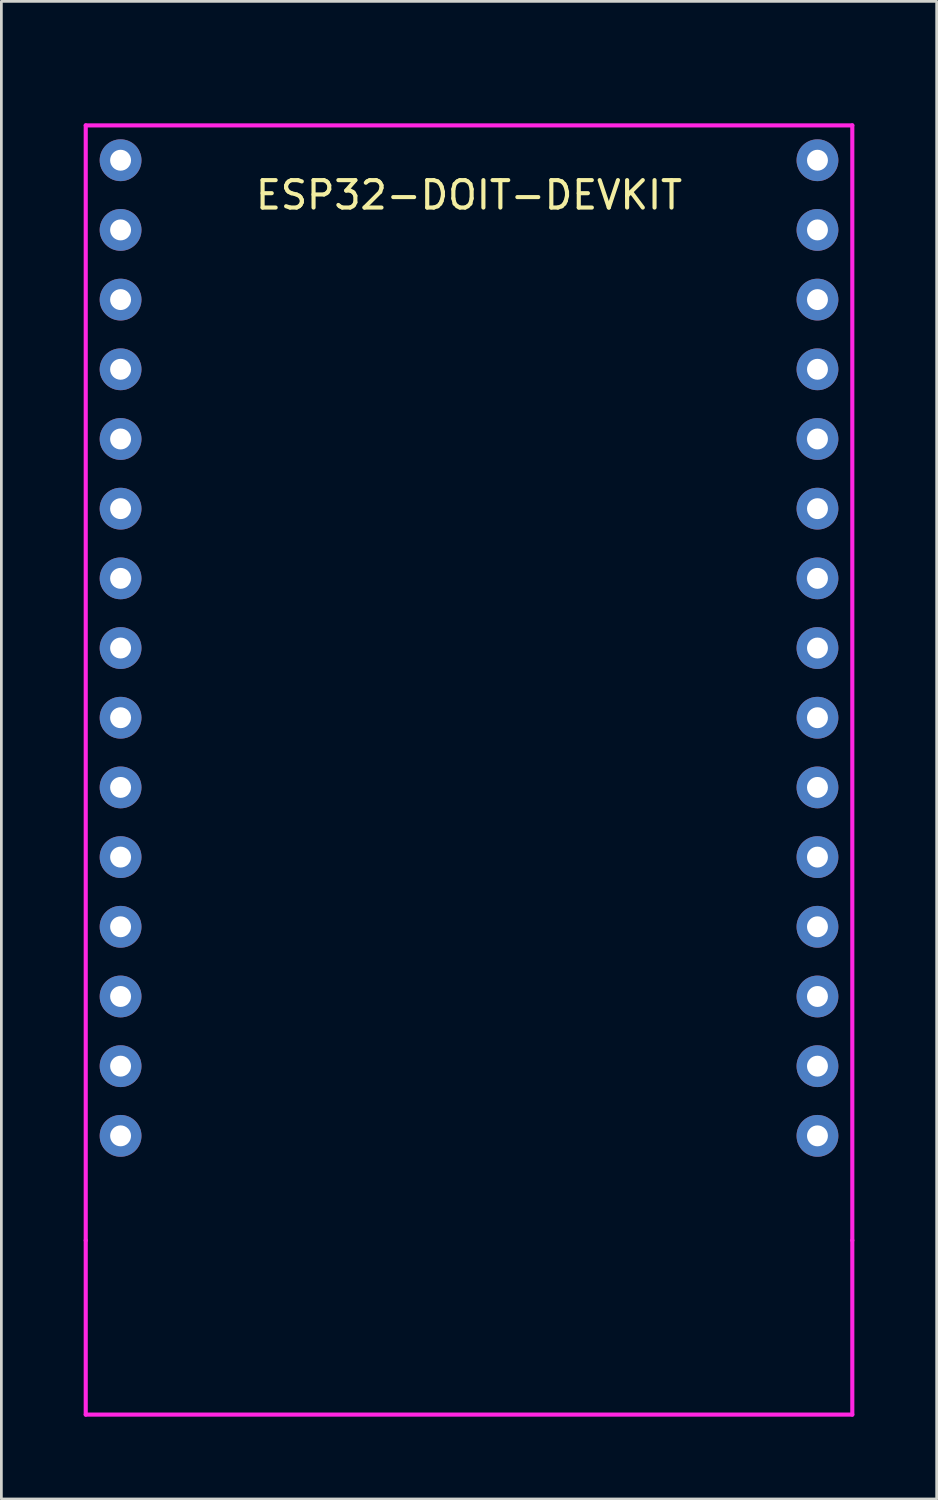
<source format=kicad_pcb>
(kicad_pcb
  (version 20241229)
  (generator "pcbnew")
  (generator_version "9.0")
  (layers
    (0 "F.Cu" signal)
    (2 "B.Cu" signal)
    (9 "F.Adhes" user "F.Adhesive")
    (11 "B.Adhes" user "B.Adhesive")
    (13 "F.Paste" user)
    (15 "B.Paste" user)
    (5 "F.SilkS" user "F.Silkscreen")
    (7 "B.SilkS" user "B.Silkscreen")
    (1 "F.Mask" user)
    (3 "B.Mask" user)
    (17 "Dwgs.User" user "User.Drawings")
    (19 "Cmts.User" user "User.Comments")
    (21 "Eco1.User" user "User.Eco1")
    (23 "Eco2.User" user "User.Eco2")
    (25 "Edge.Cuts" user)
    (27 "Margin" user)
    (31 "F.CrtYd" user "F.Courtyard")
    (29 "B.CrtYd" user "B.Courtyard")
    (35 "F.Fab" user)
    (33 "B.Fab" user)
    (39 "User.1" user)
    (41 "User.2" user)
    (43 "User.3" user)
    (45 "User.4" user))
  (footprint "ESP32-DOIT-DEVKIT"
    (layer "F.Cu")
    (at 14.045 0.25)
    (property "Reference" "ESP32-DOIT-DEVKIT" (at 0 3.81 0) (layer "F.SilkS") (effects (font (size 1 1) (thickness 0.15))))
    (attr through_hole)
    (fp_line (start -13.97 1.27) (end 13.97 1.27) (stroke (width 0.15) (type solid)) (layer "F.CrtYd"))
    (fp_line (start -13.97 41.91) (end -13.97 1.27) (stroke (width 0.15) (type solid)) (layer "F.CrtYd"))
    (fp_line (start -13.97 41.91) (end -13.97 48.26) (stroke (width 0.15) (type solid)) (layer "F.CrtYd"))
    (fp_line (start -13.97 48.26) (end 13.97 48.26) (stroke (width 0.15) (type solid)) (layer "F.CrtYd"))
    (fp_line (start 13.97 1.27) (end 13.97 41.91) (stroke (width 0.15) (type solid)) (layer "F.CrtYd"))
    (fp_line (start 13.97 48.26) (end 13.97 41.91) (stroke (width 0.15) (type solid)) (layer "F.CrtYd"))
    (pad "1" thru_hole circle (at -12.7 2.54) (size 1.524 1.524) (drill 0.762) (layers "*.Cu" "*.Mask"))
    (pad "2" thru_hole circle (at -12.7 5.08) (size 1.524 1.524) (drill 0.762) (layers "*.Cu" "*.Mask"))
    (pad "3" thru_hole circle (at -12.7 7.62) (size 1.524 1.524) (drill 0.762) (layers "*.Cu" "*.Mask"))
    (pad "4" thru_hole circle (at -12.7 10.16) (size 1.524 1.524) (drill 0.762) (layers "*.Cu" "*.Mask"))
    (pad "5" thru_hole circle (at -12.7 12.7) (size 1.524 1.524) (drill 0.762) (layers "*.Cu" "*.Mask"))
    (pad "6" thru_hole circle (at -12.7 15.24) (size 1.524 1.524) (drill 0.762) (layers "*.Cu" "*.Mask"))
    (pad "7" thru_hole circle (at -12.7 17.78) (size 1.524 1.524) (drill 0.762) (layers "*.Cu" "*.Mask"))
    (pad "8" thru_hole circle (at -12.7 20.32) (size 1.524 1.524) (drill 0.762) (layers "*.Cu" "*.Mask"))
    (pad "9" thru_hole circle (at -12.7 22.86) (size 1.524 1.524) (drill 0.762) (layers "*.Cu" "*.Mask"))
    (pad "10" thru_hole circle (at -12.7 25.4) (size 1.524 1.524) (drill 0.762) (layers "*.Cu" "*.Mask"))
    (pad "11" thru_hole circle (at -12.7 27.94) (size 1.524 1.524) (drill 0.762) (layers "*.Cu" "*.Mask"))
    (pad "12" thru_hole circle (at -12.7 30.48) (size 1.524 1.524) (drill 0.762) (layers "*.Cu" "*.Mask"))
    (pad "13" thru_hole circle (at -12.7 33.02) (size 1.524 1.524) (drill 0.762) (layers "*.Cu" "*.Mask"))
    (pad "17" thru_hole circle (at -12.7 35.56) (size 1.524 1.524) (drill 0.762) (layers "*.Cu" "*.Mask"))
    (pad "17" thru_hole circle (at 12.7 35.56) (size 1.524 1.524) (drill 0.762) (layers "*.Cu" "*.Mask"))
    (pad "18" thru_hole circle (at -12.7 38.1) (size 1.524 1.524) (drill 0.762) (layers "*.Cu" "*.Mask"))
    (pad "19" thru_hole circle (at 12.7 38.1) (size 1.524 1.524) (drill 0.762) (layers "*.Cu" "*.Mask"))
    (pad "24" thru_hole circle (at 12.7 33.02) (size 1.524 1.524) (drill 0.762) (layers "*.Cu" "*.Mask"))
    (pad "25" thru_hole circle (at 12.7 30.48) (size 1.524 1.524) (drill 0.762) (layers "*.Cu" "*.Mask"))
    (pad "26" thru_hole circle (at 12.7 27.94) (size 1.524 1.524) (drill 0.762) (layers "*.Cu" "*.Mask"))
    (pad "27" thru_hole circle (at 12.7 25.4) (size 1.524 1.524) (drill 0.762) (layers "*.Cu" "*.Mask"))
    (pad "28" thru_hole circle (at 12.7 22.86) (size 1.524 1.524) (drill 0.762) (layers "*.Cu" "*.Mask"))
    (pad "29" thru_hole circle (at 12.7 20.32) (size 1.524 1.524) (drill 0.762) (layers "*.Cu" "*.Mask"))
    (pad "30" thru_hole circle (at 12.7 17.78) (size 1.524 1.524) (drill 0.762) (layers "*.Cu" "*.Mask"))
    (pad "31" thru_hole circle (at 12.7 15.24) (size 1.524 1.524) (drill 0.762) (layers "*.Cu" "*.Mask"))
    (pad "32" thru_hole circle (at 12.7 12.7) (size 1.524 1.524) (drill 0.762) (layers "*.Cu" "*.Mask"))
    (pad "33" thru_hole circle (at 12.7 10.16) (size 1.524 1.524) (drill 0.762) (layers "*.Cu" "*.Mask"))
    (pad "34" thru_hole circle (at 12.7 7.62) (size 1.524 1.524) (drill 0.762) (layers "*.Cu" "*.Mask"))
    (pad "35" thru_hole circle (at 12.7 5.08) (size 1.524 1.524) (drill 0.762) (layers "*.Cu" "*.Mask"))
    (pad "36" thru_hole circle (at 12.7 2.54) (size 1.524 1.524) (drill 0.762) (layers "*.Cu" "*.Mask")))
  (gr_rect
    (start -3 -3)
    (end 31.09 51.585)
    (stroke (width 0.1) (type default))
    (fill no)
    (layer "Edge.Cuts")))
</source>
